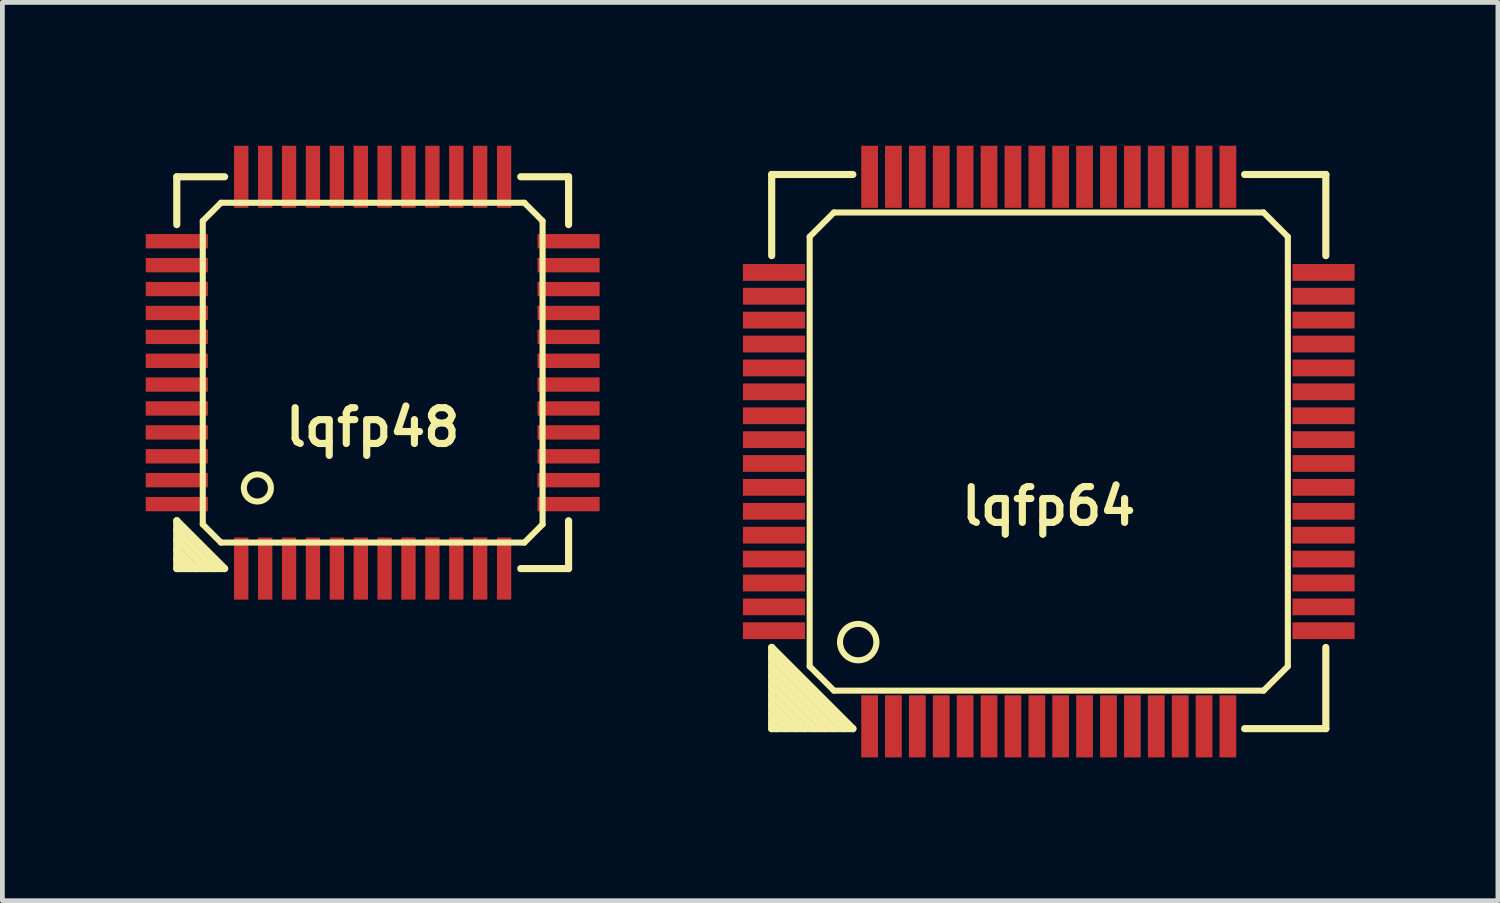
<source format=kicad_pcb>
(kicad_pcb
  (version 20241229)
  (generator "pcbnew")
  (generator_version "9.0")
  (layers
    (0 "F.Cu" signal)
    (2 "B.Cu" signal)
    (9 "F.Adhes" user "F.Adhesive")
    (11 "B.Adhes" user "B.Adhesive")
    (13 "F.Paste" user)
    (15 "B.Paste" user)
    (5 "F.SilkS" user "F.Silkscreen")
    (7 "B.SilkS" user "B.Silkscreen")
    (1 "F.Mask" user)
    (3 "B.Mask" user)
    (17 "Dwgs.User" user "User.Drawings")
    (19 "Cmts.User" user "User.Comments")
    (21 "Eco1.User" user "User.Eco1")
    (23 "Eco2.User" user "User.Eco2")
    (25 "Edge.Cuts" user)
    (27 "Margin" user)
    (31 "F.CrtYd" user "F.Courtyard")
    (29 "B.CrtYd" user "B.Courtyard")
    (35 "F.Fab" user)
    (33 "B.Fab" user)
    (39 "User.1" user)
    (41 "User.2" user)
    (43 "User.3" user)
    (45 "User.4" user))
  (footprint "lqfp48"
    (layer "F.Cu")
    (at 4.75 4.75)
    (property "Reference" "lqfp48" (at 0 1.143 0) (layer "F.SilkS") (effects (font (size 0.749 0.749) (thickness 0.15))))
    (attr through_hole)
    (fp_line (start -4.1 -4.1) (end -3.099 -4.1) (stroke (width 0.15) (type solid)) (layer "F.SilkS"))
    (fp_line (start -4.1 -3.099) (end -4.1 -4.1) (stroke (width 0.15) (type solid)) (layer "F.SilkS"))
    (fp_line (start -4.1 3.099) (end -3.099 4.1) (stroke (width 0.15) (type solid)) (layer "F.SilkS"))
    (fp_line (start -4.1 3.5) (end -3.5 4.1) (stroke (width 0.15) (type solid)) (layer "F.SilkS"))
    (fp_line (start -4.1 3.899) (end -3.899 4.1) (stroke (width 0.15) (type solid)) (layer "F.SilkS"))
    (fp_line (start -4.1 4.1) (end -4.1 3.099) (stroke (width 0.15) (type solid)) (layer "F.SilkS"))
    (fp_line (start -3.701 4.1) (end -4.1 3.701) (stroke (width 0.15) (type solid)) (layer "F.SilkS"))
    (fp_line (start -3.556 -3.175) (end -3.175 -3.556) (stroke (width 0.127) (type solid)) (layer "F.SilkS"))
    (fp_line (start -3.556 3.175) (end -3.556 -3.175) (stroke (width 0.127) (type solid)) (layer "F.SilkS"))
    (fp_line (start -3.299 4.1) (end -4.1 3.299) (stroke (width 0.15) (type solid)) (layer "F.SilkS"))
    (fp_line (start -3.175 -3.556) (end 3.175 -3.556) (stroke (width 0.127) (type solid)) (layer "F.SilkS"))
    (fp_line (start -3.175 3.556) (end -3.556 3.175) (stroke (width 0.127) (type solid)) (layer "F.SilkS"))
    (fp_line (start -3.099 4.1) (end -4.1 4.1) (stroke (width 0.15) (type solid)) (layer "F.SilkS"))
    (fp_line (start 3.099 -4.1) (end 4.1 -4.1) (stroke (width 0.15) (type solid)) (layer "F.SilkS"))
    (fp_line (start 3.175 -3.556) (end 3.556 -3.175) (stroke (width 0.127) (type solid)) (layer "F.SilkS"))
    (fp_line (start 3.175 3.556) (end -3.175 3.556) (stroke (width 0.127) (type solid)) (layer "F.SilkS"))
    (fp_line (start 3.556 -3.175) (end 3.556 3.175) (stroke (width 0.127) (type solid)) (layer "F.SilkS"))
    (fp_line (start 3.556 3.175) (end 3.175 3.556) (stroke (width 0.127) (type solid)) (layer "F.SilkS"))
    (fp_line (start 4.1 -4.1) (end 4.1 -3.099) (stroke (width 0.15) (type solid)) (layer "F.SilkS"))
    (fp_line (start 4.1 3.099) (end 4.1 4.1) (stroke (width 0.15) (type solid)) (layer "F.SilkS"))
    (fp_line (start 4.1 4.1) (end 3.099 4.1) (stroke (width 0.15) (type solid)) (layer "F.SilkS"))
    (fp_circle (center -2.413 2.413) (end -2.667 2.54) (stroke (width 0.127) (type solid)) (fill no) (layer "F.SilkS"))
    (pad "1" smd rect (at -2.751 4.1) (size 0.3 1.3) (layers "F.Cu" "F.Mask" "F.Paste"))
    (pad "2" smd rect (at -2.25 4.1) (size 0.3 1.3) (layers "F.Cu" "F.Mask" "F.Paste"))
    (pad "3" smd rect (at -1.75 4.1) (size 0.3 1.3) (layers "F.Cu" "F.Mask" "F.Paste"))
    (pad "4" smd rect (at -1.25 4.1) (size 0.3 1.3) (layers "F.Cu" "F.Mask" "F.Paste"))
    (pad "5" smd rect (at -0.749 4.1) (size 0.3 1.3) (layers "F.Cu" "F.Mask" "F.Paste"))
    (pad "6" smd rect (at -0.249 4.1) (size 0.3 1.3) (layers "F.Cu" "F.Mask" "F.Paste"))
    (pad "7" smd rect (at 0.249 4.1) (size 0.3 1.3) (layers "F.Cu" "F.Mask" "F.Paste"))
    (pad "8" smd rect (at 0.749 4.1) (size 0.3 1.3) (layers "F.Cu" "F.Mask" "F.Paste"))
    (pad "9" smd rect (at 1.25 4.1) (size 0.3 1.3) (layers "F.Cu" "F.Mask" "F.Paste"))
    (pad "10" smd rect (at 1.75 4.1) (size 0.3 1.3) (layers "F.Cu" "F.Mask" "F.Paste"))
    (pad "11" smd rect (at 2.25 4.1) (size 0.3 1.3) (layers "F.Cu" "F.Mask" "F.Paste"))
    (pad "12" smd rect (at 2.751 4.1) (size 0.3 1.3) (layers "F.Cu" "F.Mask" "F.Paste"))
    (pad "13" smd rect (at 4.1 2.751) (size 1.3 0.3) (layers "F.Cu" "F.Mask" "F.Paste"))
    (pad "14" smd rect (at 4.1 2.25) (size 1.3 0.3) (layers "F.Cu" "F.Mask" "F.Paste"))
    (pad "15" smd rect (at 4.1 1.75) (size 1.3 0.3) (layers "F.Cu" "F.Mask" "F.Paste"))
    (pad "16" smd rect (at 4.1 1.25) (size 1.3 0.3) (layers "F.Cu" "F.Mask" "F.Paste"))
    (pad "17" smd rect (at 4.1 0.749) (size 1.3 0.3) (layers "F.Cu" "F.Mask" "F.Paste"))
    (pad "18" smd rect (at 4.1 0.249) (size 1.3 0.3) (layers "F.Cu" "F.Mask" "F.Paste"))
    (pad "19" smd rect (at 4.1 -0.249) (size 1.3 0.3) (layers "F.Cu" "F.Mask" "F.Paste"))
    (pad "20" smd rect (at 4.1 -0.749) (size 1.3 0.3) (layers "F.Cu" "F.Mask" "F.Paste"))
    (pad "21" smd rect (at 4.1 -1.25) (size 1.3 0.3) (layers "F.Cu" "F.Mask" "F.Paste"))
    (pad "22" smd rect (at 4.1 -1.75) (size 1.3 0.3) (layers "F.Cu" "F.Mask" "F.Paste"))
    (pad "23" smd rect (at 4.1 -2.25) (size 1.3 0.3) (layers "F.Cu" "F.Mask" "F.Paste"))
    (pad "24" smd rect (at 4.1 -2.751) (size 1.3 0.3) (layers "F.Cu" "F.Mask" "F.Paste"))
    (pad "25" smd rect (at 2.751 -4.1) (size 0.3 1.3) (layers "F.Cu" "F.Mask" "F.Paste"))
    (pad "26" smd rect (at 2.25 -4.1) (size 0.3 1.3) (layers "F.Cu" "F.Mask" "F.Paste"))
    (pad "27" smd rect (at 1.75 -4.1) (size 0.3 1.3) (layers "F.Cu" "F.Mask" "F.Paste"))
    (pad "28" smd rect (at 1.25 -4.1) (size 0.3 1.3) (layers "F.Cu" "F.Mask" "F.Paste"))
    (pad "29" smd rect (at 0.749 -4.1) (size 0.3 1.3) (layers "F.Cu" "F.Mask" "F.Paste"))
    (pad "30" smd rect (at 0.249 -4.1) (size 0.3 1.3) (layers "F.Cu" "F.Mask" "F.Paste"))
    (pad "31" smd rect (at -0.249 -4.1) (size 0.3 1.3) (layers "F.Cu" "F.Mask" "F.Paste"))
    (pad "32" smd rect (at -0.749 -4.1) (size 0.3 1.3) (layers "F.Cu" "F.Mask" "F.Paste"))
    (pad "33" smd rect (at -1.25 -4.1) (size 0.3 1.3) (layers "F.Cu" "F.Mask" "F.Paste"))
    (pad "34" smd rect (at -1.75 -4.1) (size 0.3 1.3) (layers "F.Cu" "F.Mask" "F.Paste"))
    (pad "35" smd rect (at -2.25 -4.1) (size 0.3 1.3) (layers "F.Cu" "F.Mask" "F.Paste"))
    (pad "36" smd rect (at -2.751 -4.1) (size 0.3 1.3) (layers "F.Cu" "F.Mask" "F.Paste"))
    (pad "37" smd rect (at -4.1 -2.751) (size 1.3 0.3) (layers "F.Cu" "F.Mask" "F.Paste"))
    (pad "38" smd rect (at -4.1 -2.25) (size 1.3 0.3) (layers "F.Cu" "F.Mask" "F.Paste"))
    (pad "39" smd rect (at -4.1 -1.75) (size 1.3 0.3) (layers "F.Cu" "F.Mask" "F.Paste"))
    (pad "40" smd rect (at -4.1 -1.25) (size 1.3 0.3) (layers "F.Cu" "F.Mask" "F.Paste"))
    (pad "41" smd rect (at -4.1 -0.749) (size 1.3 0.3) (layers "F.Cu" "F.Mask" "F.Paste"))
    (pad "42" smd rect (at -4.1 -0.249) (size 1.3 0.3) (layers "F.Cu" "F.Mask" "F.Paste"))
    (pad "43" smd rect (at -4.1 0.249) (size 1.3 0.3) (layers "F.Cu" "F.Mask" "F.Paste"))
    (pad "44" smd rect (at -4.1 0.749) (size 1.3 0.3) (layers "F.Cu" "F.Mask" "F.Paste"))
    (pad "45" smd rect (at -4.1 1.25) (size 1.3 0.3) (layers "F.Cu" "F.Mask" "F.Paste"))
    (pad "46" smd rect (at -4.1 1.75) (size 1.3 0.3) (layers "F.Cu" "F.Mask" "F.Paste"))
    (pad "47" smd rect (at -4.1 2.25) (size 1.3 0.3) (layers "F.Cu" "F.Mask" "F.Paste"))
    (pad "48" smd rect (at -4.1 2.751) (size 1.3 0.3) (layers "F.Cu" "F.Mask" "F.Paste")))
  (footprint "lqfp64"
    (layer "F.Cu")
    (at 18.9 6.401)
    (property "Reference" "lqfp64" (at 0 1.143 0) (layer "F.SilkS") (effects (font (size 0.749 0.749) (thickness 0.15))))
    (attr through_hole)
    (fp_line (start -5.799 -5.799) (end -4.1 -5.799) (stroke (width 0.15) (type solid)) (layer "F.SilkS"))
    (fp_line (start -5.799 -4.1) (end -5.799 -5.799) (stroke (width 0.15) (type solid)) (layer "F.SilkS"))
    (fp_line (start -5.799 4.1) (end -4.1 5.799) (stroke (width 0.15) (type solid)) (layer "F.SilkS"))
    (fp_line (start -5.799 4.501) (end -4.501 5.799) (stroke (width 0.15) (type solid)) (layer "F.SilkS"))
    (fp_line (start -5.799 4.9) (end -4.9 5.799) (stroke (width 0.15) (type solid)) (layer "F.SilkS"))
    (fp_line (start -5.799 5.301) (end -5.301 5.799) (stroke (width 0.15) (type solid)) (layer "F.SilkS"))
    (fp_line (start -5.799 5.7) (end -5.7 5.799) (stroke (width 0.15) (type solid)) (layer "F.SilkS"))
    (fp_line (start -5.799 5.799) (end -5.799 4.1) (stroke (width 0.15) (type solid)) (layer "F.SilkS"))
    (fp_line (start -5.499 5.799) (end -5.799 5.499) (stroke (width 0.15) (type solid)) (layer "F.SilkS"))
    (fp_line (start -5.1 5.799) (end -5.799 5.1) (stroke (width 0.15) (type solid)) (layer "F.SilkS"))
    (fp_line (start -5.004 -4.496) (end -4.496 -5.004) (stroke (width 0.127) (type solid)) (layer "F.SilkS"))
    (fp_line (start -5.004 4.496) (end -5.004 -4.496) (stroke (width 0.127) (type solid)) (layer "F.SilkS"))
    (fp_line (start -4.699 5.799) (end -5.799 4.699) (stroke (width 0.15) (type solid)) (layer "F.SilkS"))
    (fp_line (start -4.496 -5.004) (end 4.496 -5.004) (stroke (width 0.127) (type solid)) (layer "F.SilkS"))
    (fp_line (start -4.496 5.004) (end -5.004 4.496) (stroke (width 0.127) (type solid)) (layer "F.SilkS"))
    (fp_line (start -4.3 5.799) (end -5.799 4.3) (stroke (width 0.15) (type solid)) (layer "F.SilkS"))
    (fp_line (start -4.1 5.799) (end -5.799 5.799) (stroke (width 0.15) (type solid)) (layer "F.SilkS"))
    (fp_line (start 4.1 -5.799) (end 5.799 -5.799) (stroke (width 0.15) (type solid)) (layer "F.SilkS"))
    (fp_line (start 4.496 -5.004) (end 5.004 -4.496) (stroke (width 0.127) (type solid)) (layer "F.SilkS"))
    (fp_line (start 4.496 5.004) (end -4.496 5.004) (stroke (width 0.127) (type solid)) (layer "F.SilkS"))
    (fp_line (start 5.004 4.496) (end 4.496 5.004) (stroke (width 0.127) (type solid)) (layer "F.SilkS"))
    (fp_line (start 5.004 4.496) (end 5.004 -4.496) (stroke (width 0.127) (type solid)) (layer "F.SilkS"))
    (fp_line (start 5.799 -5.799) (end 5.799 -4.1) (stroke (width 0.15) (type solid)) (layer "F.SilkS"))
    (fp_line (start 5.799 4.1) (end 5.799 5.799) (stroke (width 0.15) (type solid)) (layer "F.SilkS"))
    (fp_line (start 5.799 5.799) (end 4.1 5.799) (stroke (width 0.15) (type solid)) (layer "F.SilkS"))
    (fp_circle (center -3.988 3.988) (end -4.216 4.293) (stroke (width 0.127) (type solid)) (fill no) (layer "F.SilkS"))
    (pad "1" smd rect (at -3.749 5.751) (size 0.351 1.3) (layers "F.Cu" "F.Mask" "F.Paste"))
    (pad "2" smd rect (at -3.251 5.751) (size 0.351 1.3) (layers "F.Cu" "F.Mask" "F.Paste"))
    (pad "3" smd rect (at -2.751 5.751) (size 0.351 1.3) (layers "F.Cu" "F.Mask" "F.Paste"))
    (pad "4" smd rect (at -2.25 5.751) (size 0.351 1.3) (layers "F.Cu" "F.Mask" "F.Paste"))
    (pad "5" smd rect (at -1.75 5.751) (size 0.351 1.3) (layers "F.Cu" "F.Mask" "F.Paste"))
    (pad "6" smd rect (at -1.25 5.751) (size 0.351 1.3) (layers "F.Cu" "F.Mask" "F.Paste"))
    (pad "7" smd rect (at -0.749 5.751) (size 0.351 1.3) (layers "F.Cu" "F.Mask" "F.Paste"))
    (pad "8" smd rect (at -0.249 5.751) (size 0.351 1.3) (layers "F.Cu" "F.Mask" "F.Paste"))
    (pad "9" smd rect (at 0.249 5.751) (size 0.351 1.3) (layers "F.Cu" "F.Mask" "F.Paste"))
    (pad "10" smd rect (at 0.749 5.751) (size 0.351 1.3) (layers "F.Cu" "F.Mask" "F.Paste"))
    (pad "11" smd rect (at 1.25 5.751) (size 0.351 1.3) (layers "F.Cu" "F.Mask" "F.Paste"))
    (pad "12" smd rect (at 1.75 5.751) (size 0.351 1.3) (layers "F.Cu" "F.Mask" "F.Paste"))
    (pad "13" smd rect (at 2.25 5.751) (size 0.351 1.3) (layers "F.Cu" "F.Mask" "F.Paste"))
    (pad "14" smd rect (at 2.751 5.751) (size 0.351 1.3) (layers "F.Cu" "F.Mask" "F.Paste"))
    (pad "15" smd rect (at 3.251 5.751) (size 0.351 1.3) (layers "F.Cu" "F.Mask" "F.Paste"))
    (pad "16" smd rect (at 3.749 5.751) (size 0.351 1.3) (layers "F.Cu" "F.Mask" "F.Paste"))
    (pad "17" smd rect (at 5.751 3.749) (size 1.3 0.351) (layers "F.Cu" "F.Mask" "F.Paste"))
    (pad "18" smd rect (at 5.751 3.251) (size 1.3 0.351) (layers "F.Cu" "F.Mask" "F.Paste"))
    (pad "19" smd rect (at 5.751 2.751) (size 1.3 0.351) (layers "F.Cu" "F.Mask" "F.Paste"))
    (pad "20" smd rect (at 5.751 2.25) (size 1.3 0.351) (layers "F.Cu" "F.Mask" "F.Paste"))
    (pad "21" smd rect (at 5.751 1.75) (size 1.3 0.351) (layers "F.Cu" "F.Mask" "F.Paste"))
    (pad "22" smd rect (at 5.751 1.25) (size 1.3 0.351) (layers "F.Cu" "F.Mask" "F.Paste"))
    (pad "23" smd rect (at 5.751 0.749) (size 1.3 0.351) (layers "F.Cu" "F.Mask" "F.Paste"))
    (pad "24" smd rect (at 5.751 0.249) (size 1.3 0.351) (layers "F.Cu" "F.Mask" "F.Paste"))
    (pad "25" smd rect (at 5.751 -0.249) (size 1.3 0.351) (layers "F.Cu" "F.Mask" "F.Paste"))
    (pad "26" smd rect (at 5.751 -0.749) (size 1.3 0.351) (layers "F.Cu" "F.Mask" "F.Paste"))
    (pad "27" smd rect (at 5.751 -1.25) (size 1.3 0.351) (layers "F.Cu" "F.Mask" "F.Paste"))
    (pad "28" smd rect (at 5.751 -1.75) (size 1.3 0.351) (layers "F.Cu" "F.Mask" "F.Paste"))
    (pad "29" smd rect (at 5.751 -2.25) (size 1.3 0.351) (layers "F.Cu" "F.Mask" "F.Paste"))
    (pad "30" smd rect (at 5.751 -2.751) (size 1.3 0.351) (layers "F.Cu" "F.Mask" "F.Paste"))
    (pad "31" smd rect (at 5.751 -3.251) (size 1.3 0.351) (layers "F.Cu" "F.Mask" "F.Paste"))
    (pad "32" smd rect (at 5.751 -3.749) (size 1.3 0.351) (layers "F.Cu" "F.Mask" "F.Paste"))
    (pad "33" smd rect (at 3.749 -5.751) (size 0.351 1.3) (layers "F.Cu" "F.Mask" "F.Paste"))
    (pad "34" smd rect (at 3.251 -5.751) (size 0.351 1.3) (layers "F.Cu" "F.Mask" "F.Paste"))
    (pad "35" smd rect (at 2.751 -5.751) (size 0.351 1.3) (layers "F.Cu" "F.Mask" "F.Paste"))
    (pad "36" smd rect (at 2.25 -5.751) (size 0.351 1.3) (layers "F.Cu" "F.Mask" "F.Paste"))
    (pad "37" smd rect (at 1.75 -5.751) (size 0.351 1.3) (layers "F.Cu" "F.Mask" "F.Paste"))
    (pad "38" smd rect (at 1.25 -5.751) (size 0.351 1.3) (layers "F.Cu" "F.Mask" "F.Paste"))
    (pad "39" smd rect (at 0.749 -5.751) (size 0.351 1.3) (layers "F.Cu" "F.Mask" "F.Paste"))
    (pad "40" smd rect (at 0.249 -5.751) (size 0.351 1.3) (layers "F.Cu" "F.Mask" "F.Paste"))
    (pad "41" smd rect (at -0.249 -5.751) (size 0.351 1.3) (layers "F.Cu" "F.Mask" "F.Paste"))
    (pad "42" smd rect (at -0.749 -5.751) (size 0.351 1.3) (layers "F.Cu" "F.Mask" "F.Paste"))
    (pad "43" smd rect (at -1.25 -5.751) (size 0.351 1.3) (layers "F.Cu" "F.Mask" "F.Paste"))
    (pad "44" smd rect (at -1.75 -5.751) (size 0.351 1.3) (layers "F.Cu" "F.Mask" "F.Paste"))
    (pad "45" smd rect (at -2.25 -5.751) (size 0.351 1.3) (layers "F.Cu" "F.Mask" "F.Paste"))
    (pad "46" smd rect (at -2.751 -5.751) (size 0.351 1.3) (layers "F.Cu" "F.Mask" "F.Paste"))
    (pad "47" smd rect (at -3.251 -5.751) (size 0.351 1.3) (layers "F.Cu" "F.Mask" "F.Paste"))
    (pad "48" smd rect (at -3.749 -5.751) (size 0.351 1.3) (layers "F.Cu" "F.Mask" "F.Paste"))
    (pad "49" smd rect (at -5.751 -3.749) (size 1.3 0.351) (layers "F.Cu" "F.Mask" "F.Paste"))
    (pad "50" smd rect (at -5.751 -3.251) (size 1.3 0.351) (layers "F.Cu" "F.Mask" "F.Paste"))
    (pad "51" smd rect (at -5.751 -2.751) (size 1.3 0.351) (layers "F.Cu" "F.Mask" "F.Paste"))
    (pad "52" smd rect (at -5.751 -2.25) (size 1.3 0.351) (layers "F.Cu" "F.Mask" "F.Paste"))
    (pad "53" smd rect (at -5.751 -1.75) (size 1.3 0.351) (layers "F.Cu" "F.Mask" "F.Paste"))
    (pad "54" smd rect (at -5.751 -1.25) (size 1.3 0.351) (layers "F.Cu" "F.Mask" "F.Paste"))
    (pad "55" smd rect (at -5.751 -0.749) (size 1.3 0.351) (layers "F.Cu" "F.Mask" "F.Paste"))
    (pad "56" smd rect (at -5.751 -0.249) (size 1.3 0.351) (layers "F.Cu" "F.Mask" "F.Paste"))
    (pad "57" smd rect (at -5.751 0.249) (size 1.3 0.351) (layers "F.Cu" "F.Mask" "F.Paste"))
    (pad "58" smd rect (at -5.751 0.749) (size 1.3 0.351) (layers "F.Cu" "F.Mask" "F.Paste"))
    (pad "59" smd rect (at -5.751 1.25) (size 1.3 0.351) (layers "F.Cu" "F.Mask" "F.Paste"))
    (pad "60" smd rect (at -5.751 1.75) (size 1.3 0.351) (layers "F.Cu" "F.Mask" "F.Paste"))
    (pad "61" smd rect (at -5.751 2.25) (size 1.3 0.351) (layers "F.Cu" "F.Mask" "F.Paste"))
    (pad "62" smd rect (at -5.751 2.751) (size 1.3 0.351) (layers "F.Cu" "F.Mask" "F.Paste"))
    (pad "63" smd rect (at -5.751 3.251) (size 1.3 0.351) (layers "F.Cu" "F.Mask" "F.Paste"))
    (pad "64" smd rect (at -5.751 3.749) (size 1.3 0.351) (layers "F.Cu" "F.Mask" "F.Paste")))
  (gr_rect
    (start -3 -3)
    (end 28.301 15.802)
    (stroke (width 0.1) (type default))
    (fill no)
    (layer "Edge.Cuts")))
</source>
